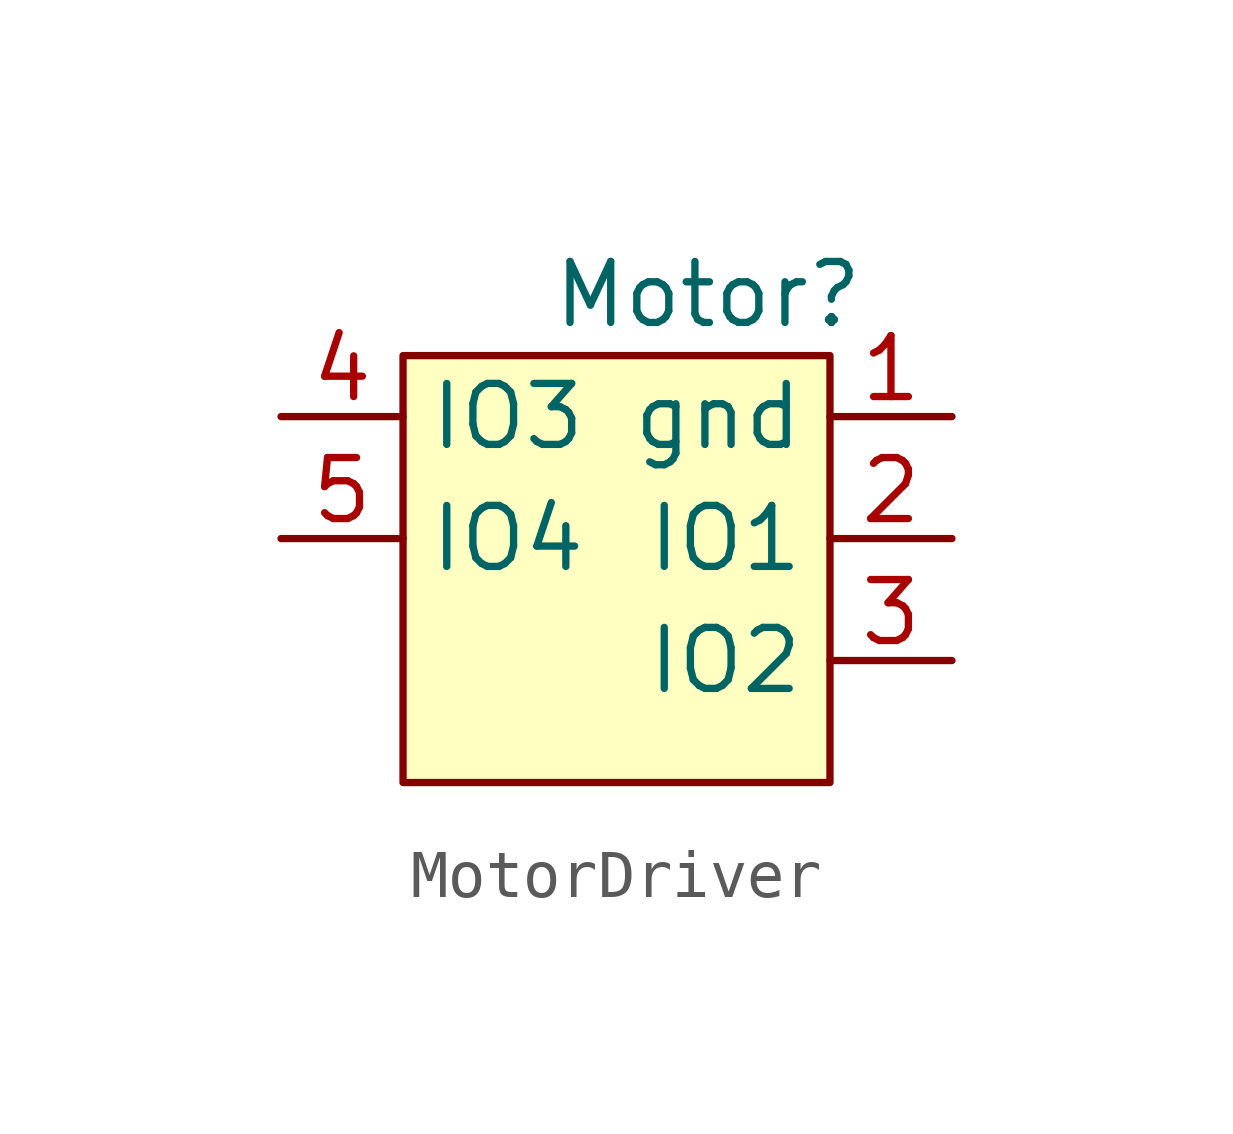
<source format=kicad_sym>
(kicad_symbol_lib
  (version 20231120)
  (generator "kicad_symbol_editor")
  (generator_version "8.0")
  (symbol "MotorDriver"
    (property "Reference" "Motor"
      (at 0 6.35 0)
      (effects (font (size 1.27 1.27))))
    (property "Value" ""
      (at 0 0 0)
      (effects (font (size 1.27 1.27))))
    (symbol "MotorDriver_1_1"
      (rectangle (start -6.35 5.08) (end 2.54 -3.81) (stroke (width 0) (type default)) (fill (type background)))
      (pin input line (at 5.08 3.81 180) (length 2.54) (name "gnd" (effects (font (size 1.27 1.27)))) (number "1" (effects (font (size 1.27 1.27)))))
      (pin input line (at 5.08 1.27 180) (length 2.54) (name "IO1" (effects (font (size 1.27 1.27)))) (number "2" (effects (font (size 1.27 1.27)))))
      (pin input line (at 5.08 -1.27 180) (length 2.54) (name "IO2" (effects (font (size 1.27 1.27)))) (number "3" (effects (font (size 1.27 1.27)))))
      (pin input line (at -8.89 3.81 0) (length 2.54) (name "IO3" (effects (font (size 1.27 1.27)))) (number "4" (effects (font (size 1.27 1.27)))))
      (pin input line (at -8.89 1.27 0) (length 2.54) (name "IO4" (effects (font (size 1.27 1.27)))) (number "5" (effects (font (size 1.27 1.27))))))))
</source>
